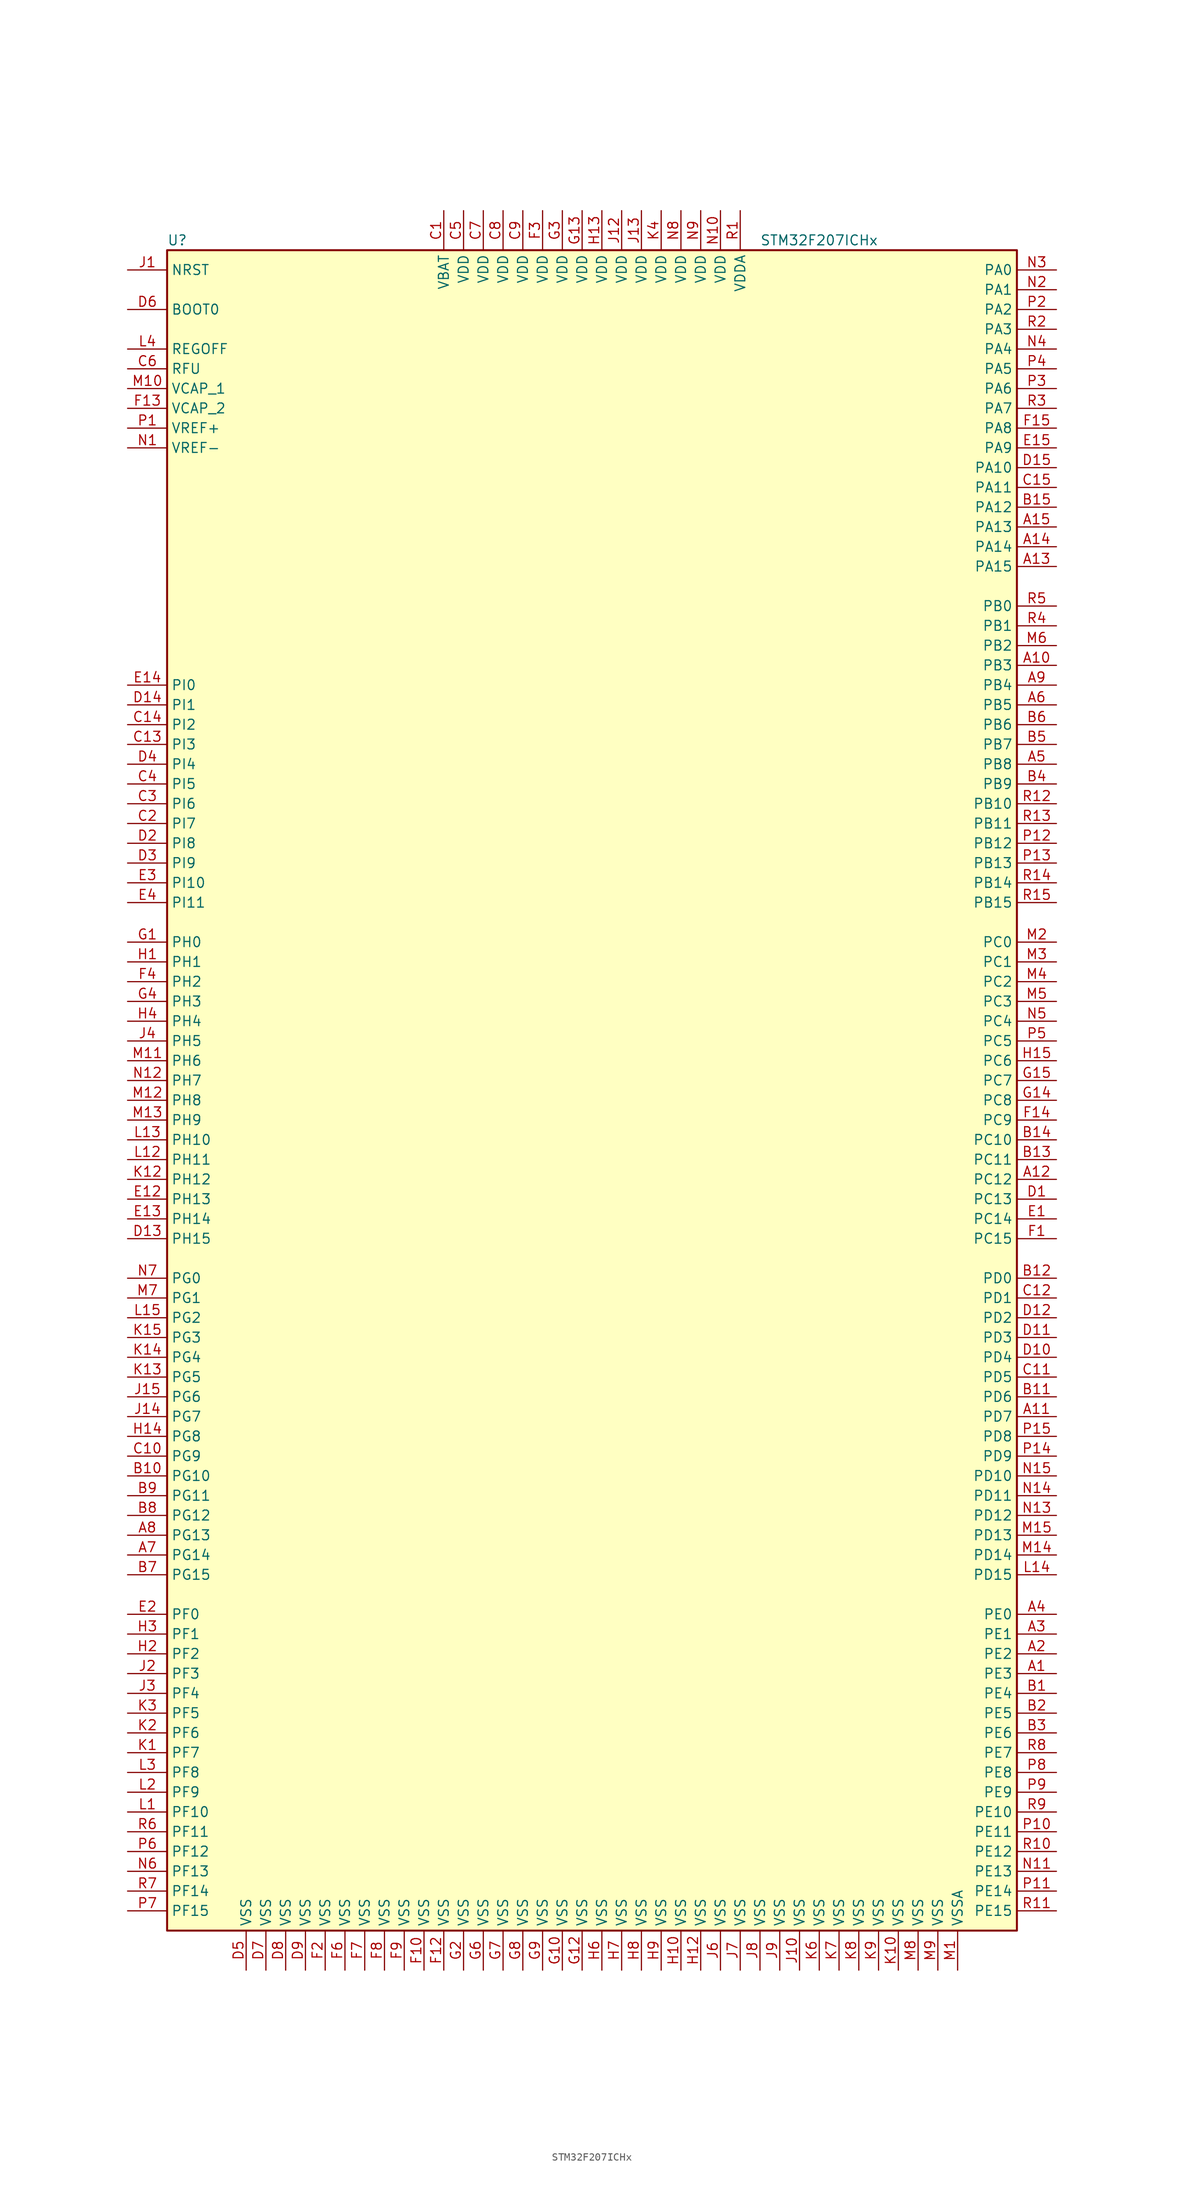
<source format=kicad_sym>
(kicad_symbol_lib
  (version 20211014)
  (generator kicad_symbol_editor)
  (symbol "STM32F207ICHx"
    (property "Reference" "U"
      (at -55.88 107.95 0)
      (effects (font (size 1.27 1.27)) (justify left)))
    (property "Value" "STM32F207ICHx"
      (at 20.32 107.95 0)
      (effects (font (size 1.27 1.27)) (justify left)))
    (symbol "STM32F207ICHx_0_1"
      (rectangle (start -55.88 -109.22) (end 53.34 106.68) (stroke (width 0.254) (type default) (color 0 0 0 0)) (fill (type background))))
    (symbol "STM32F207ICHx_1_1"
      (pin bidirectional line (at 58.42 -76.2 180) (length 5.08) (name "PE3" (effects (font (size 1.27 1.27)))) (number "A1" (effects (font (size 1.27 1.27)))))
      (pin bidirectional line (at 58.42 53.34 180) (length 5.08) (name "PB3" (effects (font (size 1.27 1.27)))) (number "A10" (effects (font (size 1.27 1.27)))))
      (pin bidirectional line (at 58.42 -43.18 180) (length 5.08) (name "PD7" (effects (font (size 1.27 1.27)))) (number "A11" (effects (font (size 1.27 1.27)))))
      (pin bidirectional line (at 58.42 -12.7 180) (length 5.08) (name "PC12" (effects (font (size 1.27 1.27)))) (number "A12" (effects (font (size 1.27 1.27)))))
      (pin bidirectional line (at 58.42 66.04 180) (length 5.08) (name "PA15" (effects (font (size 1.27 1.27)))) (number "A13" (effects (font (size 1.27 1.27)))))
      (pin bidirectional line (at 58.42 68.58 180) (length 5.08) (name "PA14" (effects (font (size 1.27 1.27)))) (number "A14" (effects (font (size 1.27 1.27)))))
      (pin bidirectional line (at 58.42 71.12 180) (length 5.08) (name "PA13" (effects (font (size 1.27 1.27)))) (number "A15" (effects (font (size 1.27 1.27)))))
      (pin bidirectional line (at 58.42 -73.66 180) (length 5.08) (name "PE2" (effects (font (size 1.27 1.27)))) (number "A2" (effects (font (size 1.27 1.27)))))
      (pin bidirectional line (at 58.42 -71.12 180) (length 5.08) (name "PE1" (effects (font (size 1.27 1.27)))) (number "A3" (effects (font (size 1.27 1.27)))))
      (pin bidirectional line (at 58.42 -68.58 180) (length 5.08) (name "PE0" (effects (font (size 1.27 1.27)))) (number "A4" (effects (font (size 1.27 1.27)))))
      (pin bidirectional line (at 58.42 40.64 180) (length 5.08) (name "PB8" (effects (font (size 1.27 1.27)))) (number "A5" (effects (font (size 1.27 1.27)))))
      (pin bidirectional line (at 58.42 48.26 180) (length 5.08) (name "PB5" (effects (font (size 1.27 1.27)))) (number "A6" (effects (font (size 1.27 1.27)))))
      (pin bidirectional line (at -60.96 -60.96 0) (length 5.08) (name "PG14" (effects (font (size 1.27 1.27)))) (number "A7" (effects (font (size 1.27 1.27)))))
      (pin bidirectional line (at -60.96 -58.42 0) (length 5.08) (name "PG13" (effects (font (size 1.27 1.27)))) (number "A8" (effects (font (size 1.27 1.27)))))
      (pin bidirectional line (at 58.42 50.8 180) (length 5.08) (name "PB4" (effects (font (size 1.27 1.27)))) (number "A9" (effects (font (size 1.27 1.27)))))
      (pin bidirectional line (at 58.42 -78.74 180) (length 5.08) (name "PE4" (effects (font (size 1.27 1.27)))) (number "B1" (effects (font (size 1.27 1.27)))))
      (pin bidirectional line (at -60.96 -50.8 0) (length 5.08) (name "PG10" (effects (font (size 1.27 1.27)))) (number "B10" (effects (font (size 1.27 1.27)))))
      (pin bidirectional line (at 58.42 -40.64 180) (length 5.08) (name "PD6" (effects (font (size 1.27 1.27)))) (number "B11" (effects (font (size 1.27 1.27)))))
      (pin bidirectional line (at 58.42 -25.4 180) (length 5.08) (name "PD0" (effects (font (size 1.27 1.27)))) (number "B12" (effects (font (size 1.27 1.27)))))
      (pin bidirectional line (at 58.42 -10.16 180) (length 5.08) (name "PC11" (effects (font (size 1.27 1.27)))) (number "B13" (effects (font (size 1.27 1.27)))))
      (pin bidirectional line (at 58.42 -7.62 180) (length 5.08) (name "PC10" (effects (font (size 1.27 1.27)))) (number "B14" (effects (font (size 1.27 1.27)))))
      (pin bidirectional line (at 58.42 73.66 180) (length 5.08) (name "PA12" (effects (font (size 1.27 1.27)))) (number "B15" (effects (font (size 1.27 1.27)))))
      (pin bidirectional line (at 58.42 -81.28 180) (length 5.08) (name "PE5" (effects (font (size 1.27 1.27)))) (number "B2" (effects (font (size 1.27 1.27)))))
      (pin bidirectional line (at 58.42 -83.82 180) (length 5.08) (name "PE6" (effects (font (size 1.27 1.27)))) (number "B3" (effects (font (size 1.27 1.27)))))
      (pin bidirectional line (at 58.42 38.1 180) (length 5.08) (name "PB9" (effects (font (size 1.27 1.27)))) (number "B4" (effects (font (size 1.27 1.27)))))
      (pin bidirectional line (at 58.42 43.18 180) (length 5.08) (name "PB7" (effects (font (size 1.27 1.27)))) (number "B5" (effects (font (size 1.27 1.27)))))
      (pin bidirectional line (at 58.42 45.72 180) (length 5.08) (name "PB6" (effects (font (size 1.27 1.27)))) (number "B6" (effects (font (size 1.27 1.27)))))
      (pin bidirectional line (at -60.96 -63.5 0) (length 5.08) (name "PG15" (effects (font (size 1.27 1.27)))) (number "B7" (effects (font (size 1.27 1.27)))))
      (pin bidirectional line (at -60.96 -55.88 0) (length 5.08) (name "PG12" (effects (font (size 1.27 1.27)))) (number "B8" (effects (font (size 1.27 1.27)))))
      (pin bidirectional line (at -60.96 -53.34 0) (length 5.08) (name "PG11" (effects (font (size 1.27 1.27)))) (number "B9" (effects (font (size 1.27 1.27)))))
      (pin power_in line (at -20.32 111.76 270) (length 5.08) (name "VBAT" (effects (font (size 1.27 1.27)))) (number "C1" (effects (font (size 1.27 1.27)))))
      (pin bidirectional line (at -60.96 -48.26 0) (length 5.08) (name "PG9" (effects (font (size 1.27 1.27)))) (number "C10" (effects (font (size 1.27 1.27)))))
      (pin bidirectional line (at 58.42 -38.1 180) (length 5.08) (name "PD5" (effects (font (size 1.27 1.27)))) (number "C11" (effects (font (size 1.27 1.27)))))
      (pin bidirectional line (at 58.42 -27.94 180) (length 5.08) (name "PD1" (effects (font (size 1.27 1.27)))) (number "C12" (effects (font (size 1.27 1.27)))))
      (pin bidirectional line (at -60.96 43.18 0) (length 5.08) (name "PI3" (effects (font (size 1.27 1.27)))) (number "C13" (effects (font (size 1.27 1.27)))))
      (pin bidirectional line (at -60.96 45.72 0) (length 5.08) (name "PI2" (effects (font (size 1.27 1.27)))) (number "C14" (effects (font (size 1.27 1.27)))))
      (pin bidirectional line (at 58.42 76.2 180) (length 5.08) (name "PA11" (effects (font (size 1.27 1.27)))) (number "C15" (effects (font (size 1.27 1.27)))))
      (pin bidirectional line (at -60.96 33.02 0) (length 5.08) (name "PI7" (effects (font (size 1.27 1.27)))) (number "C2" (effects (font (size 1.27 1.27)))))
      (pin bidirectional line (at -60.96 35.56 0) (length 5.08) (name "PI6" (effects (font (size 1.27 1.27)))) (number "C3" (effects (font (size 1.27 1.27)))))
      (pin bidirectional line (at -60.96 38.1 0) (length 5.08) (name "PI5" (effects (font (size 1.27 1.27)))) (number "C4" (effects (font (size 1.27 1.27)))))
      (pin power_in line (at -17.78 111.76 270) (length 5.08) (name "VDD" (effects (font (size 1.27 1.27)))) (number "C5" (effects (font (size 1.27 1.27)))))
      (pin power_in line (at -60.96 91.44 0) (length 5.08) (name "RFU" (effects (font (size 1.27 1.27)))) (number "C6" (effects (font (size 1.27 1.27)))))
      (pin power_in line (at -15.24 111.76 270) (length 5.08) (name "VDD" (effects (font (size 1.27 1.27)))) (number "C7" (effects (font (size 1.27 1.27)))))
      (pin power_in line (at -12.7 111.76 270) (length 5.08) (name "VDD" (effects (font (size 1.27 1.27)))) (number "C8" (effects (font (size 1.27 1.27)))))
      (pin power_in line (at -10.16 111.76 270) (length 5.08) (name "VDD" (effects (font (size 1.27 1.27)))) (number "C9" (effects (font (size 1.27 1.27)))))
      (pin bidirectional line (at 58.42 -15.24 180) (length 5.08) (name "PC13" (effects (font (size 1.27 1.27)))) (number "D1" (effects (font (size 1.27 1.27)))))
      (pin bidirectional line (at 58.42 -35.56 180) (length 5.08) (name "PD4" (effects (font (size 1.27 1.27)))) (number "D10" (effects (font (size 1.27 1.27)))))
      (pin bidirectional line (at 58.42 -33.02 180) (length 5.08) (name "PD3" (effects (font (size 1.27 1.27)))) (number "D11" (effects (font (size 1.27 1.27)))))
      (pin bidirectional line (at 58.42 -30.48 180) (length 5.08) (name "PD2" (effects (font (size 1.27 1.27)))) (number "D12" (effects (font (size 1.27 1.27)))))
      (pin bidirectional line (at -60.96 -20.32 0) (length 5.08) (name "PH15" (effects (font (size 1.27 1.27)))) (number "D13" (effects (font (size 1.27 1.27)))))
      (pin bidirectional line (at -60.96 48.26 0) (length 5.08) (name "PI1" (effects (font (size 1.27 1.27)))) (number "D14" (effects (font (size 1.27 1.27)))))
      (pin bidirectional line (at 58.42 78.74 180) (length 5.08) (name "PA10" (effects (font (size 1.27 1.27)))) (number "D15" (effects (font (size 1.27 1.27)))))
      (pin bidirectional line (at -60.96 30.48 0) (length 5.08) (name "PI8" (effects (font (size 1.27 1.27)))) (number "D2" (effects (font (size 1.27 1.27)))))
      (pin bidirectional line (at -60.96 27.94 0) (length 5.08) (name "PI9" (effects (font (size 1.27 1.27)))) (number "D3" (effects (font (size 1.27 1.27)))))
      (pin bidirectional line (at -60.96 40.64 0) (length 5.08) (name "PI4" (effects (font (size 1.27 1.27)))) (number "D4" (effects (font (size 1.27 1.27)))))
      (pin power_in line (at -45.72 -114.3 90) (length 5.08) (name "VSS" (effects (font (size 1.27 1.27)))) (number "D5" (effects (font (size 1.27 1.27)))))
      (pin input line (at -60.96 99.06 0) (length 5.08) (name "BOOT0" (effects (font (size 1.27 1.27)))) (number "D6" (effects (font (size 1.27 1.27)))))
      (pin power_in line (at -43.18 -114.3 90) (length 5.08) (name "VSS" (effects (font (size 1.27 1.27)))) (number "D7" (effects (font (size 1.27 1.27)))))
      (pin power_in line (at -40.64 -114.3 90) (length 5.08) (name "VSS" (effects (font (size 1.27 1.27)))) (number "D8" (effects (font (size 1.27 1.27)))))
      (pin power_in line (at -38.1 -114.3 90) (length 5.08) (name "VSS" (effects (font (size 1.27 1.27)))) (number "D9" (effects (font (size 1.27 1.27)))))
      (pin bidirectional line (at 58.42 -17.78 180) (length 5.08) (name "PC14" (effects (font (size 1.27 1.27)))) (number "E1" (effects (font (size 1.27 1.27)))))
      (pin bidirectional line (at -60.96 -15.24 0) (length 5.08) (name "PH13" (effects (font (size 1.27 1.27)))) (number "E12" (effects (font (size 1.27 1.27)))))
      (pin bidirectional line (at -60.96 -17.78 0) (length 5.08) (name "PH14" (effects (font (size 1.27 1.27)))) (number "E13" (effects (font (size 1.27 1.27)))))
      (pin bidirectional line (at -60.96 50.8 0) (length 5.08) (name "PI0" (effects (font (size 1.27 1.27)))) (number "E14" (effects (font (size 1.27 1.27)))))
      (pin bidirectional line (at 58.42 81.28 180) (length 5.08) (name "PA9" (effects (font (size 1.27 1.27)))) (number "E15" (effects (font (size 1.27 1.27)))))
      (pin bidirectional line (at -60.96 -68.58 0) (length 5.08) (name "PF0" (effects (font (size 1.27 1.27)))) (number "E2" (effects (font (size 1.27 1.27)))))
      (pin bidirectional line (at -60.96 25.4 0) (length 5.08) (name "PI10" (effects (font (size 1.27 1.27)))) (number "E3" (effects (font (size 1.27 1.27)))))
      (pin bidirectional line (at -60.96 22.86 0) (length 5.08) (name "PI11" (effects (font (size 1.27 1.27)))) (number "E4" (effects (font (size 1.27 1.27)))))
      (pin bidirectional line (at 58.42 -20.32 180) (length 5.08) (name "PC15" (effects (font (size 1.27 1.27)))) (number "F1" (effects (font (size 1.27 1.27)))))
      (pin power_in line (at -22.86 -114.3 90) (length 5.08) (name "VSS" (effects (font (size 1.27 1.27)))) (number "F10" (effects (font (size 1.27 1.27)))))
      (pin power_in line (at -20.32 -114.3 90) (length 5.08) (name "VSS" (effects (font (size 1.27 1.27)))) (number "F12" (effects (font (size 1.27 1.27)))))
      (pin power_in line (at -60.96 86.36 0) (length 5.08) (name "VCAP_2" (effects (font (size 1.27 1.27)))) (number "F13" (effects (font (size 1.27 1.27)))))
      (pin bidirectional line (at 58.42 -5.08 180) (length 5.08) (name "PC9" (effects (font (size 1.27 1.27)))) (number "F14" (effects (font (size 1.27 1.27)))))
      (pin bidirectional line (at 58.42 83.82 180) (length 5.08) (name "PA8" (effects (font (size 1.27 1.27)))) (number "F15" (effects (font (size 1.27 1.27)))))
      (pin power_in line (at -35.56 -114.3 90) (length 5.08) (name "VSS" (effects (font (size 1.27 1.27)))) (number "F2" (effects (font (size 1.27 1.27)))))
      (pin power_in line (at -7.62 111.76 270) (length 5.08) (name "VDD" (effects (font (size 1.27 1.27)))) (number "F3" (effects (font (size 1.27 1.27)))))
      (pin bidirectional line (at -60.96 12.7 0) (length 5.08) (name "PH2" (effects (font (size 1.27 1.27)))) (number "F4" (effects (font (size 1.27 1.27)))))
      (pin power_in line (at -33.02 -114.3 90) (length 5.08) (name "VSS" (effects (font (size 1.27 1.27)))) (number "F6" (effects (font (size 1.27 1.27)))))
      (pin power_in line (at -30.48 -114.3 90) (length 5.08) (name "VSS" (effects (font (size 1.27 1.27)))) (number "F7" (effects (font (size 1.27 1.27)))))
      (pin power_in line (at -27.94 -114.3 90) (length 5.08) (name "VSS" (effects (font (size 1.27 1.27)))) (number "F8" (effects (font (size 1.27 1.27)))))
      (pin power_in line (at -25.4 -114.3 90) (length 5.08) (name "VSS" (effects (font (size 1.27 1.27)))) (number "F9" (effects (font (size 1.27 1.27)))))
      (pin input line (at -60.96 17.78 0) (length 5.08) (name "PH0" (effects (font (size 1.27 1.27)))) (number "G1" (effects (font (size 1.27 1.27)))))
      (pin power_in line (at -5.08 -114.3 90) (length 5.08) (name "VSS" (effects (font (size 1.27 1.27)))) (number "G10" (effects (font (size 1.27 1.27)))))
      (pin power_in line (at -2.54 -114.3 90) (length 5.08) (name "VSS" (effects (font (size 1.27 1.27)))) (number "G12" (effects (font (size 1.27 1.27)))))
      (pin power_in line (at -2.54 111.76 270) (length 5.08) (name "VDD" (effects (font (size 1.27 1.27)))) (number "G13" (effects (font (size 1.27 1.27)))))
      (pin bidirectional line (at 58.42 -2.54 180) (length 5.08) (name "PC8" (effects (font (size 1.27 1.27)))) (number "G14" (effects (font (size 1.27 1.27)))))
      (pin bidirectional line (at 58.42 0 180) (length 5.08) (name "PC7" (effects (font (size 1.27 1.27)))) (number "G15" (effects (font (size 1.27 1.27)))))
      (pin power_in line (at -17.78 -114.3 90) (length 5.08) (name "VSS" (effects (font (size 1.27 1.27)))) (number "G2" (effects (font (size 1.27 1.27)))))
      (pin power_in line (at -5.08 111.76 270) (length 5.08) (name "VDD" (effects (font (size 1.27 1.27)))) (number "G3" (effects (font (size 1.27 1.27)))))
      (pin bidirectional line (at -60.96 10.16 0) (length 5.08) (name "PH3" (effects (font (size 1.27 1.27)))) (number "G4" (effects (font (size 1.27 1.27)))))
      (pin power_in line (at -15.24 -114.3 90) (length 5.08) (name "VSS" (effects (font (size 1.27 1.27)))) (number "G6" (effects (font (size 1.27 1.27)))))
      (pin power_in line (at -12.7 -114.3 90) (length 5.08) (name "VSS" (effects (font (size 1.27 1.27)))) (number "G7" (effects (font (size 1.27 1.27)))))
      (pin power_in line (at -10.16 -114.3 90) (length 5.08) (name "VSS" (effects (font (size 1.27 1.27)))) (number "G8" (effects (font (size 1.27 1.27)))))
      (pin power_in line (at -7.62 -114.3 90) (length 5.08) (name "VSS" (effects (font (size 1.27 1.27)))) (number "G9" (effects (font (size 1.27 1.27)))))
      (pin input line (at -60.96 15.24 0) (length 5.08) (name "PH1" (effects (font (size 1.27 1.27)))) (number "H1" (effects (font (size 1.27 1.27)))))
      (pin power_in line (at 10.16 -114.3 90) (length 5.08) (name "VSS" (effects (font (size 1.27 1.27)))) (number "H10" (effects (font (size 1.27 1.27)))))
      (pin power_in line (at 12.7 -114.3 90) (length 5.08) (name "VSS" (effects (font (size 1.27 1.27)))) (number "H12" (effects (font (size 1.27 1.27)))))
      (pin power_in line (at 0 111.76 270) (length 5.08) (name "VDD" (effects (font (size 1.27 1.27)))) (number "H13" (effects (font (size 1.27 1.27)))))
      (pin bidirectional line (at -60.96 -45.72 0) (length 5.08) (name "PG8" (effects (font (size 1.27 1.27)))) (number "H14" (effects (font (size 1.27 1.27)))))
      (pin bidirectional line (at 58.42 2.54 180) (length 5.08) (name "PC6" (effects (font (size 1.27 1.27)))) (number "H15" (effects (font (size 1.27 1.27)))))
      (pin bidirectional line (at -60.96 -73.66 0) (length 5.08) (name "PF2" (effects (font (size 1.27 1.27)))) (number "H2" (effects (font (size 1.27 1.27)))))
      (pin bidirectional line (at -60.96 -71.12 0) (length 5.08) (name "PF1" (effects (font (size 1.27 1.27)))) (number "H3" (effects (font (size 1.27 1.27)))))
      (pin bidirectional line (at -60.96 7.62 0) (length 5.08) (name "PH4" (effects (font (size 1.27 1.27)))) (number "H4" (effects (font (size 1.27 1.27)))))
      (pin power_in line (at 0 -114.3 90) (length 5.08) (name "VSS" (effects (font (size 1.27 1.27)))) (number "H6" (effects (font (size 1.27 1.27)))))
      (pin power_in line (at 2.54 -114.3 90) (length 5.08) (name "VSS" (effects (font (size 1.27 1.27)))) (number "H7" (effects (font (size 1.27 1.27)))))
      (pin power_in line (at 5.08 -114.3 90) (length 5.08) (name "VSS" (effects (font (size 1.27 1.27)))) (number "H8" (effects (font (size 1.27 1.27)))))
      (pin power_in line (at 7.62 -114.3 90) (length 5.08) (name "VSS" (effects (font (size 1.27 1.27)))) (number "H9" (effects (font (size 1.27 1.27)))))
      (pin input line (at -60.96 104.14 0) (length 5.08) (name "NRST" (effects (font (size 1.27 1.27)))) (number "J1" (effects (font (size 1.27 1.27)))))
      (pin power_in line (at 25.4 -114.3 90) (length 5.08) (name "VSS" (effects (font (size 1.27 1.27)))) (number "J10" (effects (font (size 1.27 1.27)))))
      (pin power_in line (at 2.54 111.76 270) (length 5.08) (name "VDD" (effects (font (size 1.27 1.27)))) (number "J12" (effects (font (size 1.27 1.27)))))
      (pin power_in line (at 5.08 111.76 270) (length 5.08) (name "VDD" (effects (font (size 1.27 1.27)))) (number "J13" (effects (font (size 1.27 1.27)))))
      (pin bidirectional line (at -60.96 -43.18 0) (length 5.08) (name "PG7" (effects (font (size 1.27 1.27)))) (number "J14" (effects (font (size 1.27 1.27)))))
      (pin bidirectional line (at -60.96 -40.64 0) (length 5.08) (name "PG6" (effects (font (size 1.27 1.27)))) (number "J15" (effects (font (size 1.27 1.27)))))
      (pin bidirectional line (at -60.96 -76.2 0) (length 5.08) (name "PF3" (effects (font (size 1.27 1.27)))) (number "J2" (effects (font (size 1.27 1.27)))))
      (pin bidirectional line (at -60.96 -78.74 0) (length 5.08) (name "PF4" (effects (font (size 1.27 1.27)))) (number "J3" (effects (font (size 1.27 1.27)))))
      (pin bidirectional line (at -60.96 5.08 0) (length 5.08) (name "PH5" (effects (font (size 1.27 1.27)))) (number "J4" (effects (font (size 1.27 1.27)))))
      (pin power_in line (at 15.24 -114.3 90) (length 5.08) (name "VSS" (effects (font (size 1.27 1.27)))) (number "J6" (effects (font (size 1.27 1.27)))))
      (pin power_in line (at 17.78 -114.3 90) (length 5.08) (name "VSS" (effects (font (size 1.27 1.27)))) (number "J7" (effects (font (size 1.27 1.27)))))
      (pin power_in line (at 20.32 -114.3 90) (length 5.08) (name "VSS" (effects (font (size 1.27 1.27)))) (number "J8" (effects (font (size 1.27 1.27)))))
      (pin power_in line (at 22.86 -114.3 90) (length 5.08) (name "VSS" (effects (font (size 1.27 1.27)))) (number "J9" (effects (font (size 1.27 1.27)))))
      (pin bidirectional line (at -60.96 -86.36 0) (length 5.08) (name "PF7" (effects (font (size 1.27 1.27)))) (number "K1" (effects (font (size 1.27 1.27)))))
      (pin power_in line (at 38.1 -114.3 90) (length 5.08) (name "VSS" (effects (font (size 1.27 1.27)))) (number "K10" (effects (font (size 1.27 1.27)))))
      (pin bidirectional line (at -60.96 -12.7 0) (length 5.08) (name "PH12" (effects (font (size 1.27 1.27)))) (number "K12" (effects (font (size 1.27 1.27)))))
      (pin bidirectional line (at -60.96 -38.1 0) (length 5.08) (name "PG5" (effects (font (size 1.27 1.27)))) (number "K13" (effects (font (size 1.27 1.27)))))
      (pin bidirectional line (at -60.96 -35.56 0) (length 5.08) (name "PG4" (effects (font (size 1.27 1.27)))) (number "K14" (effects (font (size 1.27 1.27)))))
      (pin bidirectional line (at -60.96 -33.02 0) (length 5.08) (name "PG3" (effects (font (size 1.27 1.27)))) (number "K15" (effects (font (size 1.27 1.27)))))
      (pin bidirectional line (at -60.96 -83.82 0) (length 5.08) (name "PF6" (effects (font (size 1.27 1.27)))) (number "K2" (effects (font (size 1.27 1.27)))))
      (pin bidirectional line (at -60.96 -81.28 0) (length 5.08) (name "PF5" (effects (font (size 1.27 1.27)))) (number "K3" (effects (font (size 1.27 1.27)))))
      (pin power_in line (at 7.62 111.76 270) (length 5.08) (name "VDD" (effects (font (size 1.27 1.27)))) (number "K4" (effects (font (size 1.27 1.27)))))
      (pin power_in line (at 27.94 -114.3 90) (length 5.08) (name "VSS" (effects (font (size 1.27 1.27)))) (number "K6" (effects (font (size 1.27 1.27)))))
      (pin power_in line (at 30.48 -114.3 90) (length 5.08) (name "VSS" (effects (font (size 1.27 1.27)))) (number "K7" (effects (font (size 1.27 1.27)))))
      (pin power_in line (at 33.02 -114.3 90) (length 5.08) (name "VSS" (effects (font (size 1.27 1.27)))) (number "K8" (effects (font (size 1.27 1.27)))))
      (pin power_in line (at 35.56 -114.3 90) (length 5.08) (name "VSS" (effects (font (size 1.27 1.27)))) (number "K9" (effects (font (size 1.27 1.27)))))
      (pin bidirectional line (at -60.96 -93.98 0) (length 5.08) (name "PF10" (effects (font (size 1.27 1.27)))) (number "L1" (effects (font (size 1.27 1.27)))))
      (pin bidirectional line (at -60.96 -10.16 0) (length 5.08) (name "PH11" (effects (font (size 1.27 1.27)))) (number "L12" (effects (font (size 1.27 1.27)))))
      (pin bidirectional line (at -60.96 -7.62 0) (length 5.08) (name "PH10" (effects (font (size 1.27 1.27)))) (number "L13" (effects (font (size 1.27 1.27)))))
      (pin bidirectional line (at 58.42 -63.5 180) (length 5.08) (name "PD15" (effects (font (size 1.27 1.27)))) (number "L14" (effects (font (size 1.27 1.27)))))
      (pin bidirectional line (at -60.96 -30.48 0) (length 5.08) (name "PG2" (effects (font (size 1.27 1.27)))) (number "L15" (effects (font (size 1.27 1.27)))))
      (pin bidirectional line (at -60.96 -91.44 0) (length 5.08) (name "PF9" (effects (font (size 1.27 1.27)))) (number "L2" (effects (font (size 1.27 1.27)))))
      (pin bidirectional line (at -60.96 -88.9 0) (length 5.08) (name "PF8" (effects (font (size 1.27 1.27)))) (number "L3" (effects (font (size 1.27 1.27)))))
      (pin power_in line (at -60.96 93.98 0) (length 5.08) (name "REGOFF" (effects (font (size 1.27 1.27)))) (number "L4" (effects (font (size 1.27 1.27)))))
      (pin power_in line (at 45.72 -114.3 90) (length 5.08) (name "VSSA" (effects (font (size 1.27 1.27)))) (number "M1" (effects (font (size 1.27 1.27)))))
      (pin power_in line (at -60.96 88.9 0) (length 5.08) (name "VCAP_1" (effects (font (size 1.27 1.27)))) (number "M10" (effects (font (size 1.27 1.27)))))
      (pin bidirectional line (at -60.96 2.54 0) (length 5.08) (name "PH6" (effects (font (size 1.27 1.27)))) (number "M11" (effects (font (size 1.27 1.27)))))
      (pin bidirectional line (at -60.96 -2.54 0) (length 5.08) (name "PH8" (effects (font (size 1.27 1.27)))) (number "M12" (effects (font (size 1.27 1.27)))))
      (pin bidirectional line (at -60.96 -5.08 0) (length 5.08) (name "PH9" (effects (font (size 1.27 1.27)))) (number "M13" (effects (font (size 1.27 1.27)))))
      (pin bidirectional line (at 58.42 -60.96 180) (length 5.08) (name "PD14" (effects (font (size 1.27 1.27)))) (number "M14" (effects (font (size 1.27 1.27)))))
      (pin bidirectional line (at 58.42 -58.42 180) (length 5.08) (name "PD13" (effects (font (size 1.27 1.27)))) (number "M15" (effects (font (size 1.27 1.27)))))
      (pin bidirectional line (at 58.42 17.78 180) (length 5.08) (name "PC0" (effects (font (size 1.27 1.27)))) (number "M2" (effects (font (size 1.27 1.27)))))
      (pin bidirectional line (at 58.42 15.24 180) (length 5.08) (name "PC1" (effects (font (size 1.27 1.27)))) (number "M3" (effects (font (size 1.27 1.27)))))
      (pin bidirectional line (at 58.42 12.7 180) (length 5.08) (name "PC2" (effects (font (size 1.27 1.27)))) (number "M4" (effects (font (size 1.27 1.27)))))
      (pin bidirectional line (at 58.42 10.16 180) (length 5.08) (name "PC3" (effects (font (size 1.27 1.27)))) (number "M5" (effects (font (size 1.27 1.27)))))
      (pin bidirectional line (at 58.42 55.88 180) (length 5.08) (name "PB2" (effects (font (size 1.27 1.27)))) (number "M6" (effects (font (size 1.27 1.27)))))
      (pin bidirectional line (at -60.96 -27.94 0) (length 5.08) (name "PG1" (effects (font (size 1.27 1.27)))) (number "M7" (effects (font (size 1.27 1.27)))))
      (pin power_in line (at 40.64 -114.3 90) (length 5.08) (name "VSS" (effects (font (size 1.27 1.27)))) (number "M8" (effects (font (size 1.27 1.27)))))
      (pin power_in line (at 43.18 -114.3 90) (length 5.08) (name "VSS" (effects (font (size 1.27 1.27)))) (number "M9" (effects (font (size 1.27 1.27)))))
      (pin power_in line (at -60.96 81.28 0) (length 5.08) (name "VREF-" (effects (font (size 1.27 1.27)))) (number "N1" (effects (font (size 1.27 1.27)))))
      (pin power_in line (at 15.24 111.76 270) (length 5.08) (name "VDD" (effects (font (size 1.27 1.27)))) (number "N10" (effects (font (size 1.27 1.27)))))
      (pin bidirectional line (at 58.42 -101.6 180) (length 5.08) (name "PE13" (effects (font (size 1.27 1.27)))) (number "N11" (effects (font (size 1.27 1.27)))))
      (pin bidirectional line (at -60.96 0 0) (length 5.08) (name "PH7" (effects (font (size 1.27 1.27)))) (number "N12" (effects (font (size 1.27 1.27)))))
      (pin bidirectional line (at 58.42 -55.88 180) (length 5.08) (name "PD12" (effects (font (size 1.27 1.27)))) (number "N13" (effects (font (size 1.27 1.27)))))
      (pin bidirectional line (at 58.42 -53.34 180) (length 5.08) (name "PD11" (effects (font (size 1.27 1.27)))) (number "N14" (effects (font (size 1.27 1.27)))))
      (pin bidirectional line (at 58.42 -50.8 180) (length 5.08) (name "PD10" (effects (font (size 1.27 1.27)))) (number "N15" (effects (font (size 1.27 1.27)))))
      (pin bidirectional line (at 58.42 101.6 180) (length 5.08) (name "PA1" (effects (font (size 1.27 1.27)))) (number "N2" (effects (font (size 1.27 1.27)))))
      (pin bidirectional line (at 58.42 104.14 180) (length 5.08) (name "PA0" (effects (font (size 1.27 1.27)))) (number "N3" (effects (font (size 1.27 1.27)))))
      (pin bidirectional line (at 58.42 93.98 180) (length 5.08) (name "PA4" (effects (font (size 1.27 1.27)))) (number "N4" (effects (font (size 1.27 1.27)))))
      (pin bidirectional line (at 58.42 7.62 180) (length 5.08) (name "PC4" (effects (font (size 1.27 1.27)))) (number "N5" (effects (font (size 1.27 1.27)))))
      (pin bidirectional line (at -60.96 -101.6 0) (length 5.08) (name "PF13" (effects (font (size 1.27 1.27)))) (number "N6" (effects (font (size 1.27 1.27)))))
      (pin bidirectional line (at -60.96 -25.4 0) (length 5.08) (name "PG0" (effects (font (size 1.27 1.27)))) (number "N7" (effects (font (size 1.27 1.27)))))
      (pin power_in line (at 10.16 111.76 270) (length 5.08) (name "VDD" (effects (font (size 1.27 1.27)))) (number "N8" (effects (font (size 1.27 1.27)))))
      (pin power_in line (at 12.7 111.76 270) (length 5.08) (name "VDD" (effects (font (size 1.27 1.27)))) (number "N9" (effects (font (size 1.27 1.27)))))
      (pin power_in line (at -60.96 83.82 0) (length 5.08) (name "VREF+" (effects (font (size 1.27 1.27)))) (number "P1" (effects (font (size 1.27 1.27)))))
      (pin bidirectional line (at 58.42 -96.52 180) (length 5.08) (name "PE11" (effects (font (size 1.27 1.27)))) (number "P10" (effects (font (size 1.27 1.27)))))
      (pin bidirectional line (at 58.42 -104.14 180) (length 5.08) (name "PE14" (effects (font (size 1.27 1.27)))) (number "P11" (effects (font (size 1.27 1.27)))))
      (pin bidirectional line (at 58.42 30.48 180) (length 5.08) (name "PB12" (effects (font (size 1.27 1.27)))) (number "P12" (effects (font (size 1.27 1.27)))))
      (pin bidirectional line (at 58.42 27.94 180) (length 5.08) (name "PB13" (effects (font (size 1.27 1.27)))) (number "P13" (effects (font (size 1.27 1.27)))))
      (pin bidirectional line (at 58.42 -48.26 180) (length 5.08) (name "PD9" (effects (font (size 1.27 1.27)))) (number "P14" (effects (font (size 1.27 1.27)))))
      (pin bidirectional line (at 58.42 -45.72 180) (length 5.08) (name "PD8" (effects (font (size 1.27 1.27)))) (number "P15" (effects (font (size 1.27 1.27)))))
      (pin bidirectional line (at 58.42 99.06 180) (length 5.08) (name "PA2" (effects (font (size 1.27 1.27)))) (number "P2" (effects (font (size 1.27 1.27)))))
      (pin bidirectional line (at 58.42 88.9 180) (length 5.08) (name "PA6" (effects (font (size 1.27 1.27)))) (number "P3" (effects (font (size 1.27 1.27)))))
      (pin bidirectional line (at 58.42 91.44 180) (length 5.08) (name "PA5" (effects (font (size 1.27 1.27)))) (number "P4" (effects (font (size 1.27 1.27)))))
      (pin bidirectional line (at 58.42 5.08 180) (length 5.08) (name "PC5" (effects (font (size 1.27 1.27)))) (number "P5" (effects (font (size 1.27 1.27)))))
      (pin bidirectional line (at -60.96 -99.06 0) (length 5.08) (name "PF12" (effects (font (size 1.27 1.27)))) (number "P6" (effects (font (size 1.27 1.27)))))
      (pin bidirectional line (at -60.96 -106.68 0) (length 5.08) (name "PF15" (effects (font (size 1.27 1.27)))) (number "P7" (effects (font (size 1.27 1.27)))))
      (pin bidirectional line (at 58.42 -88.9 180) (length 5.08) (name "PE8" (effects (font (size 1.27 1.27)))) (number "P8" (effects (font (size 1.27 1.27)))))
      (pin bidirectional line (at 58.42 -91.44 180) (length 5.08) (name "PE9" (effects (font (size 1.27 1.27)))) (number "P9" (effects (font (size 1.27 1.27)))))
      (pin power_in line (at 17.78 111.76 270) (length 5.08) (name "VDDA" (effects (font (size 1.27 1.27)))) (number "R1" (effects (font (size 1.27 1.27)))))
      (pin bidirectional line (at 58.42 -99.06 180) (length 5.08) (name "PE12" (effects (font (size 1.27 1.27)))) (number "R10" (effects (font (size 1.27 1.27)))))
      (pin bidirectional line (at 58.42 -106.68 180) (length 5.08) (name "PE15" (effects (font (size 1.27 1.27)))) (number "R11" (effects (font (size 1.27 1.27)))))
      (pin bidirectional line (at 58.42 35.56 180) (length 5.08) (name "PB10" (effects (font (size 1.27 1.27)))) (number "R12" (effects (font (size 1.27 1.27)))))
      (pin bidirectional line (at 58.42 33.02 180) (length 5.08) (name "PB11" (effects (font (size 1.27 1.27)))) (number "R13" (effects (font (size 1.27 1.27)))))
      (pin bidirectional line (at 58.42 25.4 180) (length 5.08) (name "PB14" (effects (font (size 1.27 1.27)))) (number "R14" (effects (font (size 1.27 1.27)))))
      (pin bidirectional line (at 58.42 22.86 180) (length 5.08) (name "PB15" (effects (font (size 1.27 1.27)))) (number "R15" (effects (font (size 1.27 1.27)))))
      (pin bidirectional line (at 58.42 96.52 180) (length 5.08) (name "PA3" (effects (font (size 1.27 1.27)))) (number "R2" (effects (font (size 1.27 1.27)))))
      (pin bidirectional line (at 58.42 86.36 180) (length 5.08) (name "PA7" (effects (font (size 1.27 1.27)))) (number "R3" (effects (font (size 1.27 1.27)))))
      (pin bidirectional line (at 58.42 58.42 180) (length 5.08) (name "PB1" (effects (font (size 1.27 1.27)))) (number "R4" (effects (font (size 1.27 1.27)))))
      (pin bidirectional line (at 58.42 60.96 180) (length 5.08) (name "PB0" (effects (font (size 1.27 1.27)))) (number "R5" (effects (font (size 1.27 1.27)))))
      (pin bidirectional line (at -60.96 -96.52 0) (length 5.08) (name "PF11" (effects (font (size 1.27 1.27)))) (number "R6" (effects (font (size 1.27 1.27)))))
      (pin bidirectional line (at -60.96 -104.14 0) (length 5.08) (name "PF14" (effects (font (size 1.27 1.27)))) (number "R7" (effects (font (size 1.27 1.27)))))
      (pin bidirectional line (at 58.42 -86.36 180) (length 5.08) (name "PE7" (effects (font (size 1.27 1.27)))) (number "R8" (effects (font (size 1.27 1.27)))))
      (pin bidirectional line (at 58.42 -93.98 180) (length 5.08) (name "PE10" (effects (font (size 1.27 1.27)))) (number "R9" (effects (font (size 1.27 1.27))))))))
</source>
